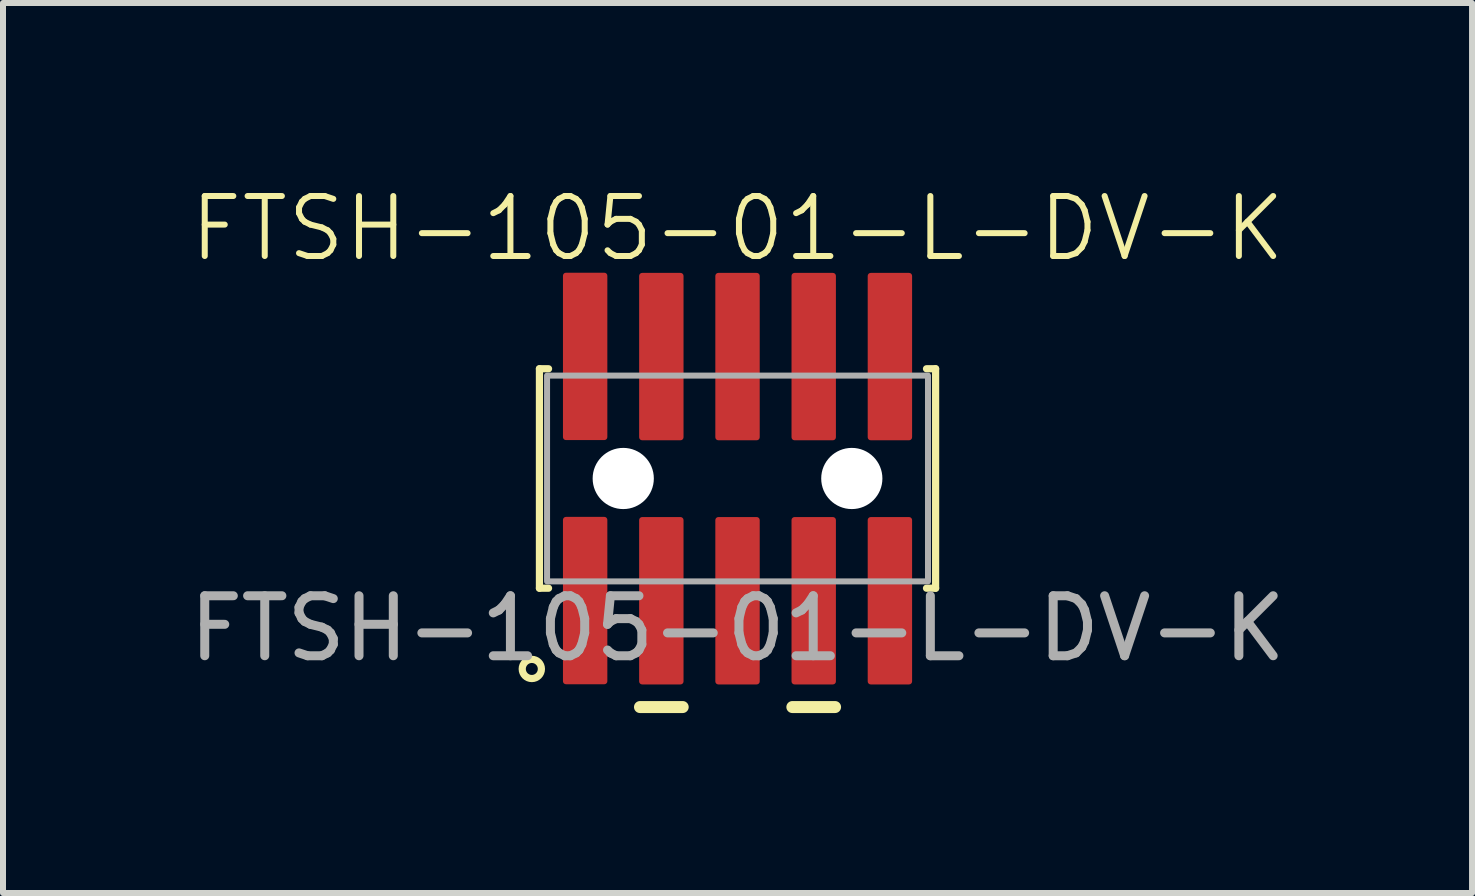
<source format=kicad_pcb>
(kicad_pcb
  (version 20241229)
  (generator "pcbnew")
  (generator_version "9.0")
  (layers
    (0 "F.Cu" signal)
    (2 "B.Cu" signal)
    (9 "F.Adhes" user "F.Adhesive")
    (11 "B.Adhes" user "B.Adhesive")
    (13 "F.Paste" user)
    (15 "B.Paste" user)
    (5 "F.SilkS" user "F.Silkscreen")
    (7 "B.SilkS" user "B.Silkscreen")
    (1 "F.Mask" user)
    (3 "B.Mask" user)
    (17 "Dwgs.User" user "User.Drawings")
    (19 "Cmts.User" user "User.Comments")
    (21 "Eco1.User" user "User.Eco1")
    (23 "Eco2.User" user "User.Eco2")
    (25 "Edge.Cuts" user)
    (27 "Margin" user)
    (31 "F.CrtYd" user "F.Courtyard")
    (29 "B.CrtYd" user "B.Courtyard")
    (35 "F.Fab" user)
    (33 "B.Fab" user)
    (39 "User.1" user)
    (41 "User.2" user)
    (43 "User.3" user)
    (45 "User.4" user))
  (footprint "FTSH-105-01-L-DV-K"
    (layer "F.Cu")
    (at 9.244 4.926)
    (property "Reference" "FTSH-105-01-L-DV-K" (at 0 -4.166 0) (unlocked yes) (layer "F.SilkS") (effects (font (size 1 1) (thickness 0.1))))
    (attr smd)
    (fp_line (start -3.302 -1.829) (end -3.15 -1.829) (stroke (width 0.12) (type solid)) (layer "F.SilkS"))
    (fp_line (start -3.302 1.829) (end -3.302 -1.829) (stroke (width 0.12) (type solid)) (layer "F.SilkS"))
    (fp_line (start -3.15 1.829) (end -3.302 1.829) (stroke (width 0.12) (type solid)) (layer "F.SilkS"))
    (fp_line (start -1.626 3.81) (end -0.914 3.81) (stroke (width 0.2) (type solid)) (layer "F.SilkS"))
    (fp_line (start 0.914 3.81) (end 1.626 3.81) (stroke (width 0.2) (type solid)) (layer "F.SilkS"))
    (fp_line (start 3.15 -1.829) (end 3.302 -1.829) (stroke (width 0.12) (type solid)) (layer "F.SilkS"))
    (fp_line (start 3.302 -1.829) (end 3.302 1.829) (stroke (width 0.12) (type solid)) (layer "F.SilkS"))
    (fp_line (start 3.302 1.829) (end 3.15 1.829) (stroke (width 0.12) (type solid)) (layer "F.SilkS"))
    (fp_circle (center -3.429 3.175) (end -3.429 3.015) (stroke (width 0.12) (type solid)) (fill no) (layer "F.SilkS"))
    (fp_rect (start -3.175 -1.715) (end 3.175 1.715) (stroke (width 0.1) (type solid)) (fill no) (layer "F.Fab"))
    (fp_text user "${REFERENCE}" (at 0 2.5 0) (unlocked yes) (layer "F.Fab") (effects (font (size 1 1) (thickness 0.15))))
    (pad "" np_thru_hole circle (at -1.905 0) (size 1.02 1.02) (drill 1.02) (layers "*.Cu" "*.Mask"))
    (pad "" np_thru_hole circle (at 1.905 0) (size 1.02 1.02) (drill 1.02) (layers "*.Cu" "*.Mask"))
    (pad "1" smd roundrect (at -2.54 2.035) (size 0.74 2.79) (layers "F.Cu" "F.Mask" "F.Paste") (roundrect_rratio 0.068))
    (pad "2" smd roundrect (at -2.54 -2.035) (size 0.74 2.79) (layers "F.Cu" "F.Mask" "F.Paste") (roundrect_rratio 0.068))
    (pad "3" smd roundrect (at -1.27 2.038) (size 0.74 2.79) (layers "F.Cu" "F.Mask" "F.Paste") (roundrect_rratio 0.068))
    (pad "4" smd roundrect (at -1.27 -2.032) (size 0.74 2.79) (layers "F.Cu" "F.Mask" "F.Paste") (roundrect_rratio 0.068))
    (pad "5" smd roundrect (at 0 2.038) (size 0.74 2.79) (layers "F.Cu" "F.Mask" "F.Paste") (roundrect_rratio 0.068))
    (pad "6" smd roundrect (at 0 -2.032) (size 0.74 2.79) (layers "F.Cu" "F.Mask" "F.Paste") (roundrect_rratio 0.068))
    (pad "7" smd roundrect (at 1.27 2.038) (size 0.74 2.79) (layers "F.Cu" "F.Mask" "F.Paste") (roundrect_rratio 0.068))
    (pad "8" smd roundrect (at 1.27 -2.032) (size 0.74 2.79) (layers "F.Cu" "F.Mask" "F.Paste") (roundrect_rratio 0.068))
    (pad "9" smd roundrect (at 2.54 2.038) (size 0.74 2.79) (layers "F.Cu" "F.Mask" "F.Paste") (roundrect_rratio 0.068))
    (pad "10" smd roundrect (at 2.54 -2.032) (size 0.74 2.79) (layers "F.Cu" "F.Mask" "F.Paste") (roundrect_rratio 0.068)))
  (gr_rect
    (start -3 -3)
    (end 21.488 11.836)
    (stroke (width 0.1) (type default))
    (fill no)
    (layer "Edge.Cuts")))
</source>
